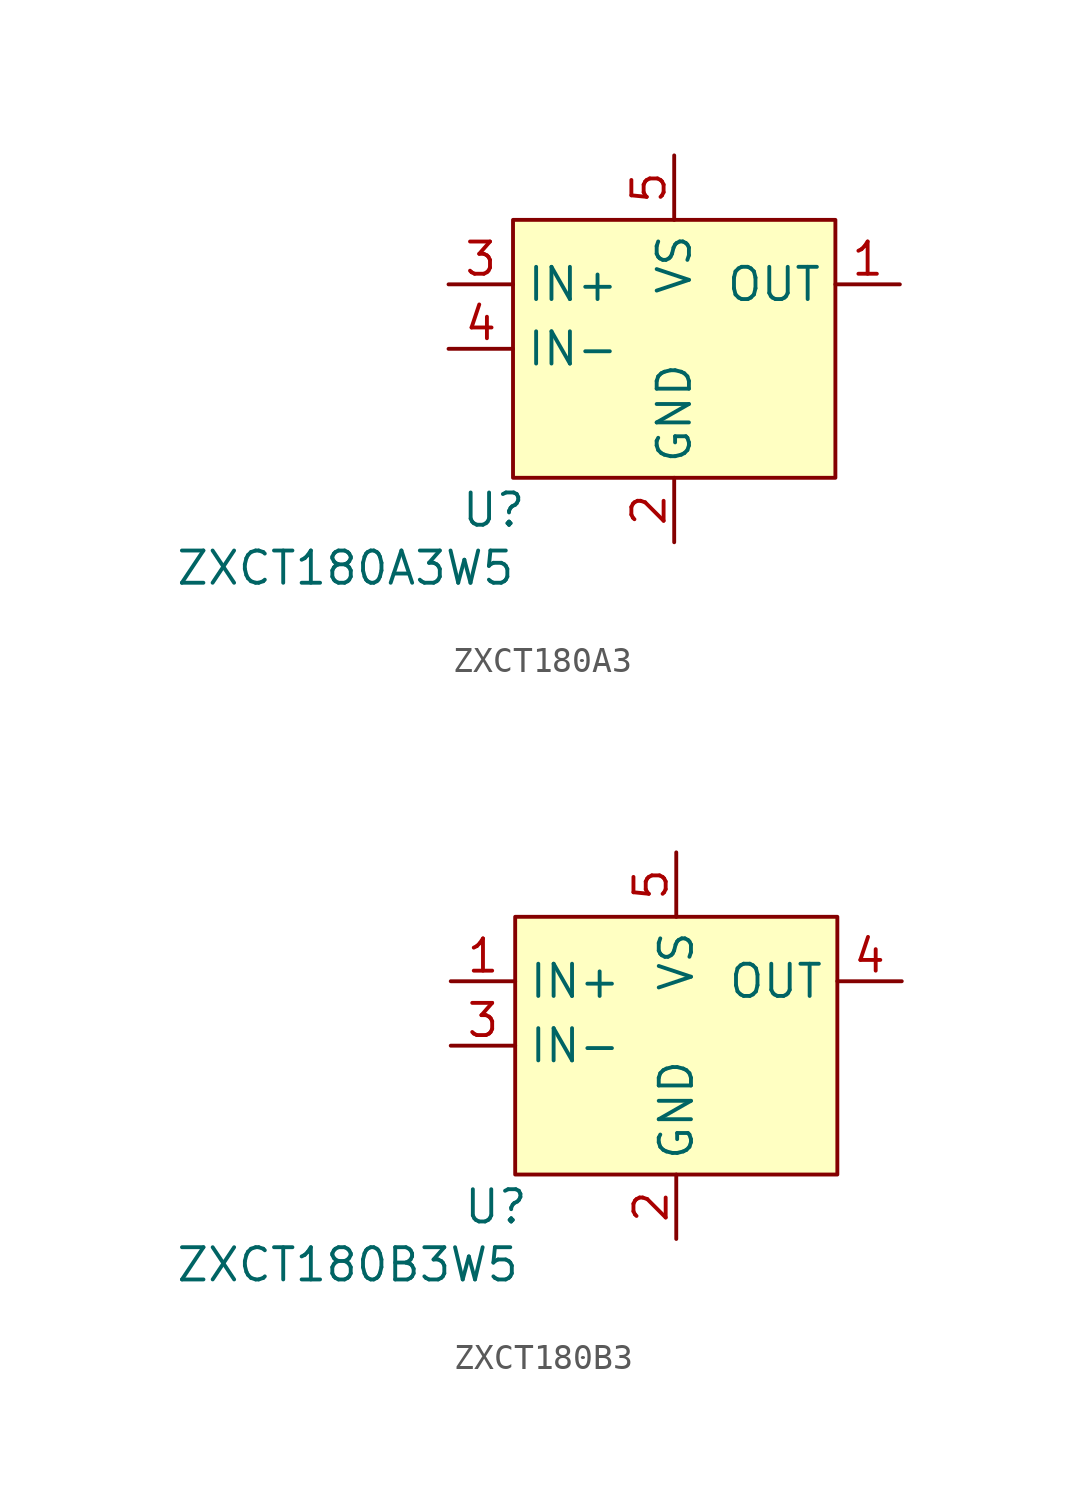
<source format=kicad_sym>
(kicad_symbol_lib
  (version 20241209)
  (generator "kicad_symbol_editor")
  (generator_version "9.0")
  (symbol "ZXCT180A3"
    (property "Reference" "U"
      (at -7.112 -11.43 0)
      (effects (font (size 1.27 1.27))))
    (property "Value" "ZXCT180A3W5"
      (at -12.954 -13.716 0)
      (effects (font (size 1.27 1.27))))
    (symbol "ZXCT180A3_0_0"
      (pin input line (at -8.89 -2.54 0) (length 2.54) (name "IN+" (effects (font (size 1.27 1.27)))) (number "3" (effects (font (size 1.27 1.27)))))
      (pin input line (at -8.89 -5.08 0) (length 2.54) (name "IN-" (effects (font (size 1.27 1.27)))) (number "4" (effects (font (size 1.27 1.27)))))
      (pin power_in line (at 0 2.54 270) (length 2.54) (name "VS" (effects (font (size 1.27 1.27)))) (number "5" (effects (font (size 1.27 1.27)))))
      (pin power_in line (at 0 -12.7 90) (length 2.54) (name "GND" (effects (font (size 1.27 1.27)))) (number "2" (effects (font (size 1.27 1.27)))))
      (pin output line (at 8.89 -2.54 180) (length 2.54) (name "OUT" (effects (font (size 1.27 1.27)))) (number "1" (effects (font (size 1.27 1.27))))))
    (symbol "ZXCT180A3_1_1"
      (rectangle (start -6.35 0) (end 6.35 -10.16) (stroke (width 0) (type solid)) (fill (type background)))))
  (symbol "ZXCT180B3"
    (property "Reference" "U"
      (at -7.112 -11.43 0)
      (effects (font (size 1.27 1.27))))
    (property "Value" "ZXCT180B3W5"
      (at -12.954 -13.716 0)
      (effects (font (size 1.27 1.27))))
    (symbol "ZXCT180B3_0_0"
      (pin input line (at -8.89 -2.54 0) (length 2.54) (name "IN+" (effects (font (size 1.27 1.27)))) (number "1" (effects (font (size 1.27 1.27)))))
      (pin input line (at -8.89 -5.08 0) (length 2.54) (name "IN-" (effects (font (size 1.27 1.27)))) (number "3" (effects (font (size 1.27 1.27)))))
      (pin power_in line (at 0 2.54 270) (length 2.54) (name "VS" (effects (font (size 1.27 1.27)))) (number "5" (effects (font (size 1.27 1.27)))))
      (pin power_in line (at 0 -12.7 90) (length 2.54) (name "GND" (effects (font (size 1.27 1.27)))) (number "2" (effects (font (size 1.27 1.27)))))
      (pin output line (at 8.89 -2.54 180) (length 2.54) (name "OUT" (effects (font (size 1.27 1.27)))) (number "4" (effects (font (size 1.27 1.27))))))
    (symbol "ZXCT180B3_1_1"
      (rectangle (start -6.35 0) (end 6.35 -10.16) (stroke (width 0) (type solid)) (fill (type background))))))
</source>
